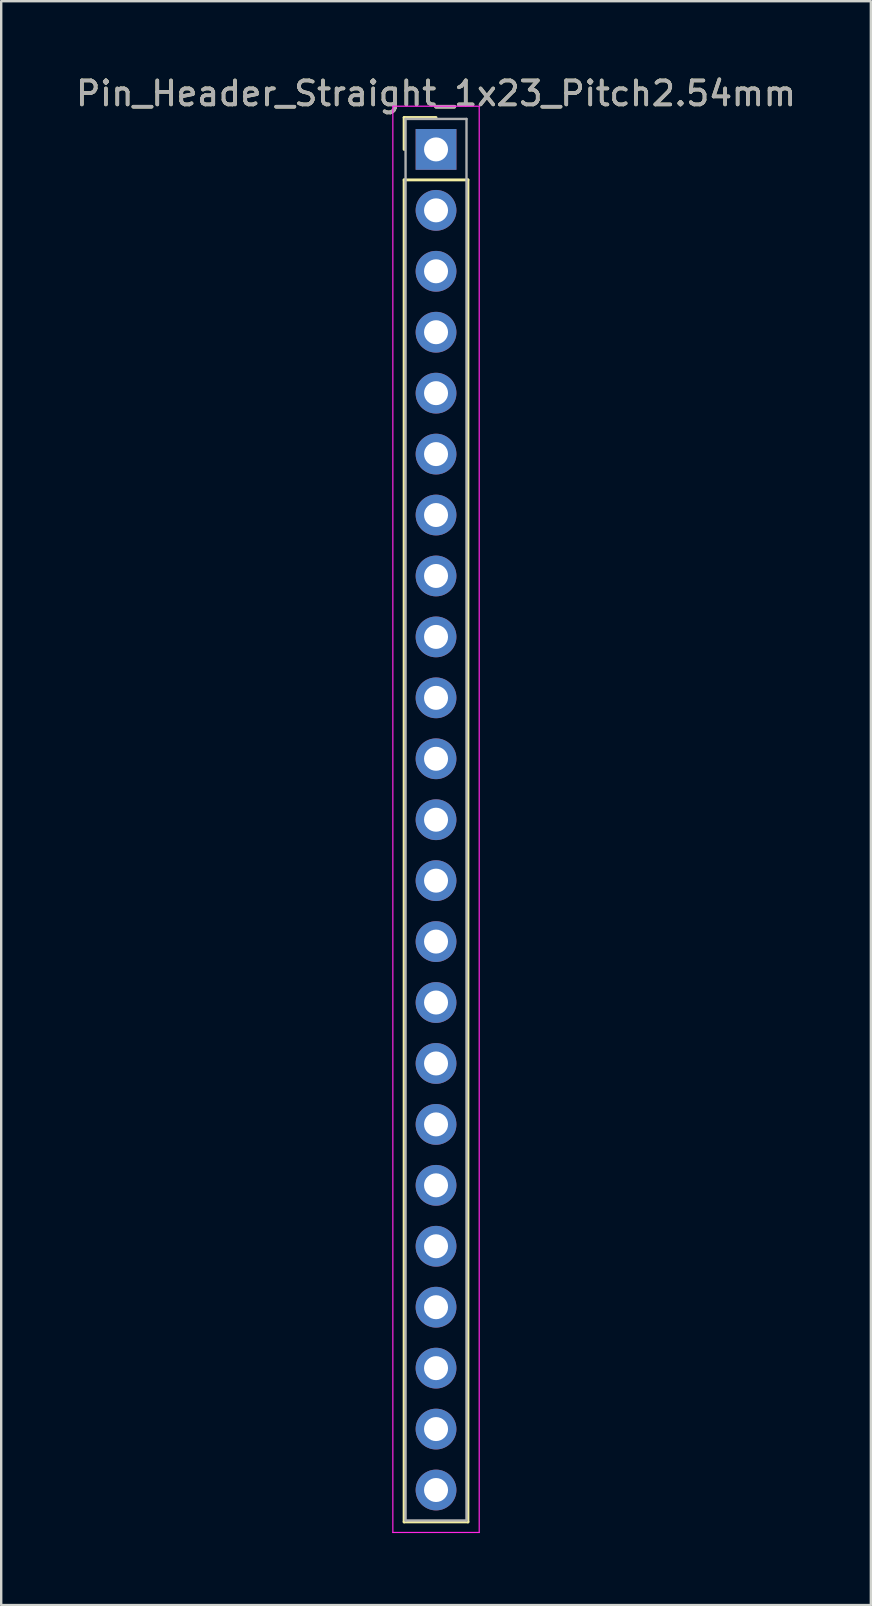
<source format=kicad_pcb>
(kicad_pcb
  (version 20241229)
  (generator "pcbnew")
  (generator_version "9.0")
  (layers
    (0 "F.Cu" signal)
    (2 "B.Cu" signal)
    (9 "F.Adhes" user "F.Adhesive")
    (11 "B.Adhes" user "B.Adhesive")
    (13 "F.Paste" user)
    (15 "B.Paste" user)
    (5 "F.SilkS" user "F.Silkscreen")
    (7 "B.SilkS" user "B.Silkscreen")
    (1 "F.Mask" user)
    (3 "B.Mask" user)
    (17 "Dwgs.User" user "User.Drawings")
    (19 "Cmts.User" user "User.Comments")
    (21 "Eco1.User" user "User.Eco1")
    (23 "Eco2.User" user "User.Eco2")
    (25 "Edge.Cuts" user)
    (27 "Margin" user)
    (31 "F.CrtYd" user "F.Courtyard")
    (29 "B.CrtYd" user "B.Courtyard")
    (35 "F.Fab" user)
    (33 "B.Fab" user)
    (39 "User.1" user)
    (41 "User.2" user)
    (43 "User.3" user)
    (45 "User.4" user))
  (footprint "Pin_Header_Straight_1x23_Pitch2.54mm"
    (layer "F.Cu")
    (at 15.125 3.178)
    (property "Reference" "Pin_Header_Straight_1x23_Pitch2.54mm" (at 0 -2.33 0) (layer "F.SilkS") (effects (font (size 1 1) (thickness 0.15))))
    (attr through_hole)
    (fp_line (start -1.33 -1.33) (end 0 -1.33) (stroke (width 0.12) (type solid)) (layer "F.SilkS"))
    (fp_line (start -1.33 0) (end -1.33 -1.33) (stroke (width 0.12) (type solid)) (layer "F.SilkS"))
    (fp_line (start -1.33 1.27) (end -1.33 57.21) (stroke (width 0.12) (type solid)) (layer "F.SilkS"))
    (fp_line (start -1.33 57.21) (end 1.33 57.21) (stroke (width 0.12) (type solid)) (layer "F.SilkS"))
    (fp_line (start 1.33 1.27) (end -1.33 1.27) (stroke (width 0.12) (type solid)) (layer "F.SilkS"))
    (fp_line (start 1.33 57.21) (end 1.33 1.27) (stroke (width 0.12) (type solid)) (layer "F.SilkS"))
    (fp_line (start -1.8 -1.8) (end -1.8 57.65) (stroke (width 0.05) (type solid)) (layer "F.CrtYd"))
    (fp_line (start -1.8 57.65) (end 1.8 57.65) (stroke (width 0.05) (type solid)) (layer "F.CrtYd"))
    (fp_line (start 1.8 -1.8) (end -1.8 -1.8) (stroke (width 0.05) (type solid)) (layer "F.CrtYd"))
    (fp_line (start 1.8 57.65) (end 1.8 -1.8) (stroke (width 0.05) (type solid)) (layer "F.CrtYd"))
    (fp_line (start -1.27 -1.27) (end -1.27 57.15) (stroke (width 0.1) (type solid)) (layer "F.Fab"))
    (fp_line (start -1.27 57.15) (end 1.27 57.15) (stroke (width 0.1) (type solid)) (layer "F.Fab"))
    (fp_line (start 1.27 -1.27) (end -1.27 -1.27) (stroke (width 0.1) (type solid)) (layer "F.Fab"))
    (fp_line (start 1.27 57.15) (end 1.27 -1.27) (stroke (width 0.1) (type solid)) (layer "F.Fab"))
    (fp_text user "${REFERENCE}" (at 0 -2.33 0) (layer "F.Fab") (effects (font (size 1 1) (thickness 0.15))))
    (pad "1" thru_hole rect (at 0 0) (size 1.7 1.7) (drill 1) (layers "*.Cu" "*.Mask"))
    (pad "2" thru_hole oval (at 0 2.54) (size 1.7 1.7) (drill 1) (layers "*.Cu" "*.Mask"))
    (pad "3" thru_hole oval (at 0 5.08) (size 1.7 1.7) (drill 1) (layers "*.Cu" "*.Mask"))
    (pad "4" thru_hole oval (at 0 7.62) (size 1.7 1.7) (drill 1) (layers "*.Cu" "*.Mask"))
    (pad "5" thru_hole oval (at 0 10.16) (size 1.7 1.7) (drill 1) (layers "*.Cu" "*.Mask"))
    (pad "6" thru_hole oval (at 0 12.7) (size 1.7 1.7) (drill 1) (layers "*.Cu" "*.Mask"))
    (pad "7" thru_hole oval (at 0 15.24) (size 1.7 1.7) (drill 1) (layers "*.Cu" "*.Mask"))
    (pad "8" thru_hole oval (at 0 17.78) (size 1.7 1.7) (drill 1) (layers "*.Cu" "*.Mask"))
    (pad "9" thru_hole oval (at 0 20.32) (size 1.7 1.7) (drill 1) (layers "*.Cu" "*.Mask"))
    (pad "10" thru_hole oval (at 0 22.86) (size 1.7 1.7) (drill 1) (layers "*.Cu" "*.Mask"))
    (pad "11" thru_hole oval (at 0 25.4) (size 1.7 1.7) (drill 1) (layers "*.Cu" "*.Mask"))
    (pad "12" thru_hole oval (at 0 27.94) (size 1.7 1.7) (drill 1) (layers "*.Cu" "*.Mask"))
    (pad "13" thru_hole oval (at 0 30.48) (size 1.7 1.7) (drill 1) (layers "*.Cu" "*.Mask"))
    (pad "14" thru_hole oval (at 0 33.02) (size 1.7 1.7) (drill 1) (layers "*.Cu" "*.Mask"))
    (pad "15" thru_hole oval (at 0 35.56) (size 1.7 1.7) (drill 1) (layers "*.Cu" "*.Mask"))
    (pad "16" thru_hole oval (at 0 38.1) (size 1.7 1.7) (drill 1) (layers "*.Cu" "*.Mask"))
    (pad "17" thru_hole oval (at 0 40.64) (size 1.7 1.7) (drill 1) (layers "*.Cu" "*.Mask"))
    (pad "18" thru_hole oval (at 0 43.18) (size 1.7 1.7) (drill 1) (layers "*.Cu" "*.Mask"))
    (pad "19" thru_hole oval (at 0 45.72) (size 1.7 1.7) (drill 1) (layers "*.Cu" "*.Mask"))
    (pad "20" thru_hole oval (at 0 48.26) (size 1.7 1.7) (drill 1) (layers "*.Cu" "*.Mask"))
    (pad "21" thru_hole oval (at 0 50.8) (size 1.7 1.7) (drill 1) (layers "*.Cu" "*.Mask"))
    (pad "22" thru_hole oval (at 0 53.34) (size 1.7 1.7) (drill 1) (layers "*.Cu" "*.Mask"))
    (pad "23" thru_hole oval (at 0 55.88) (size 1.7 1.7) (drill 1) (layers "*.Cu" "*.Mask")))
  (gr_rect
    (start -3 -3)
    (end 33.25 63.853)
    (stroke (width 0.1) (type default))
    (fill no)
    (layer "Edge.Cuts")))
</source>
